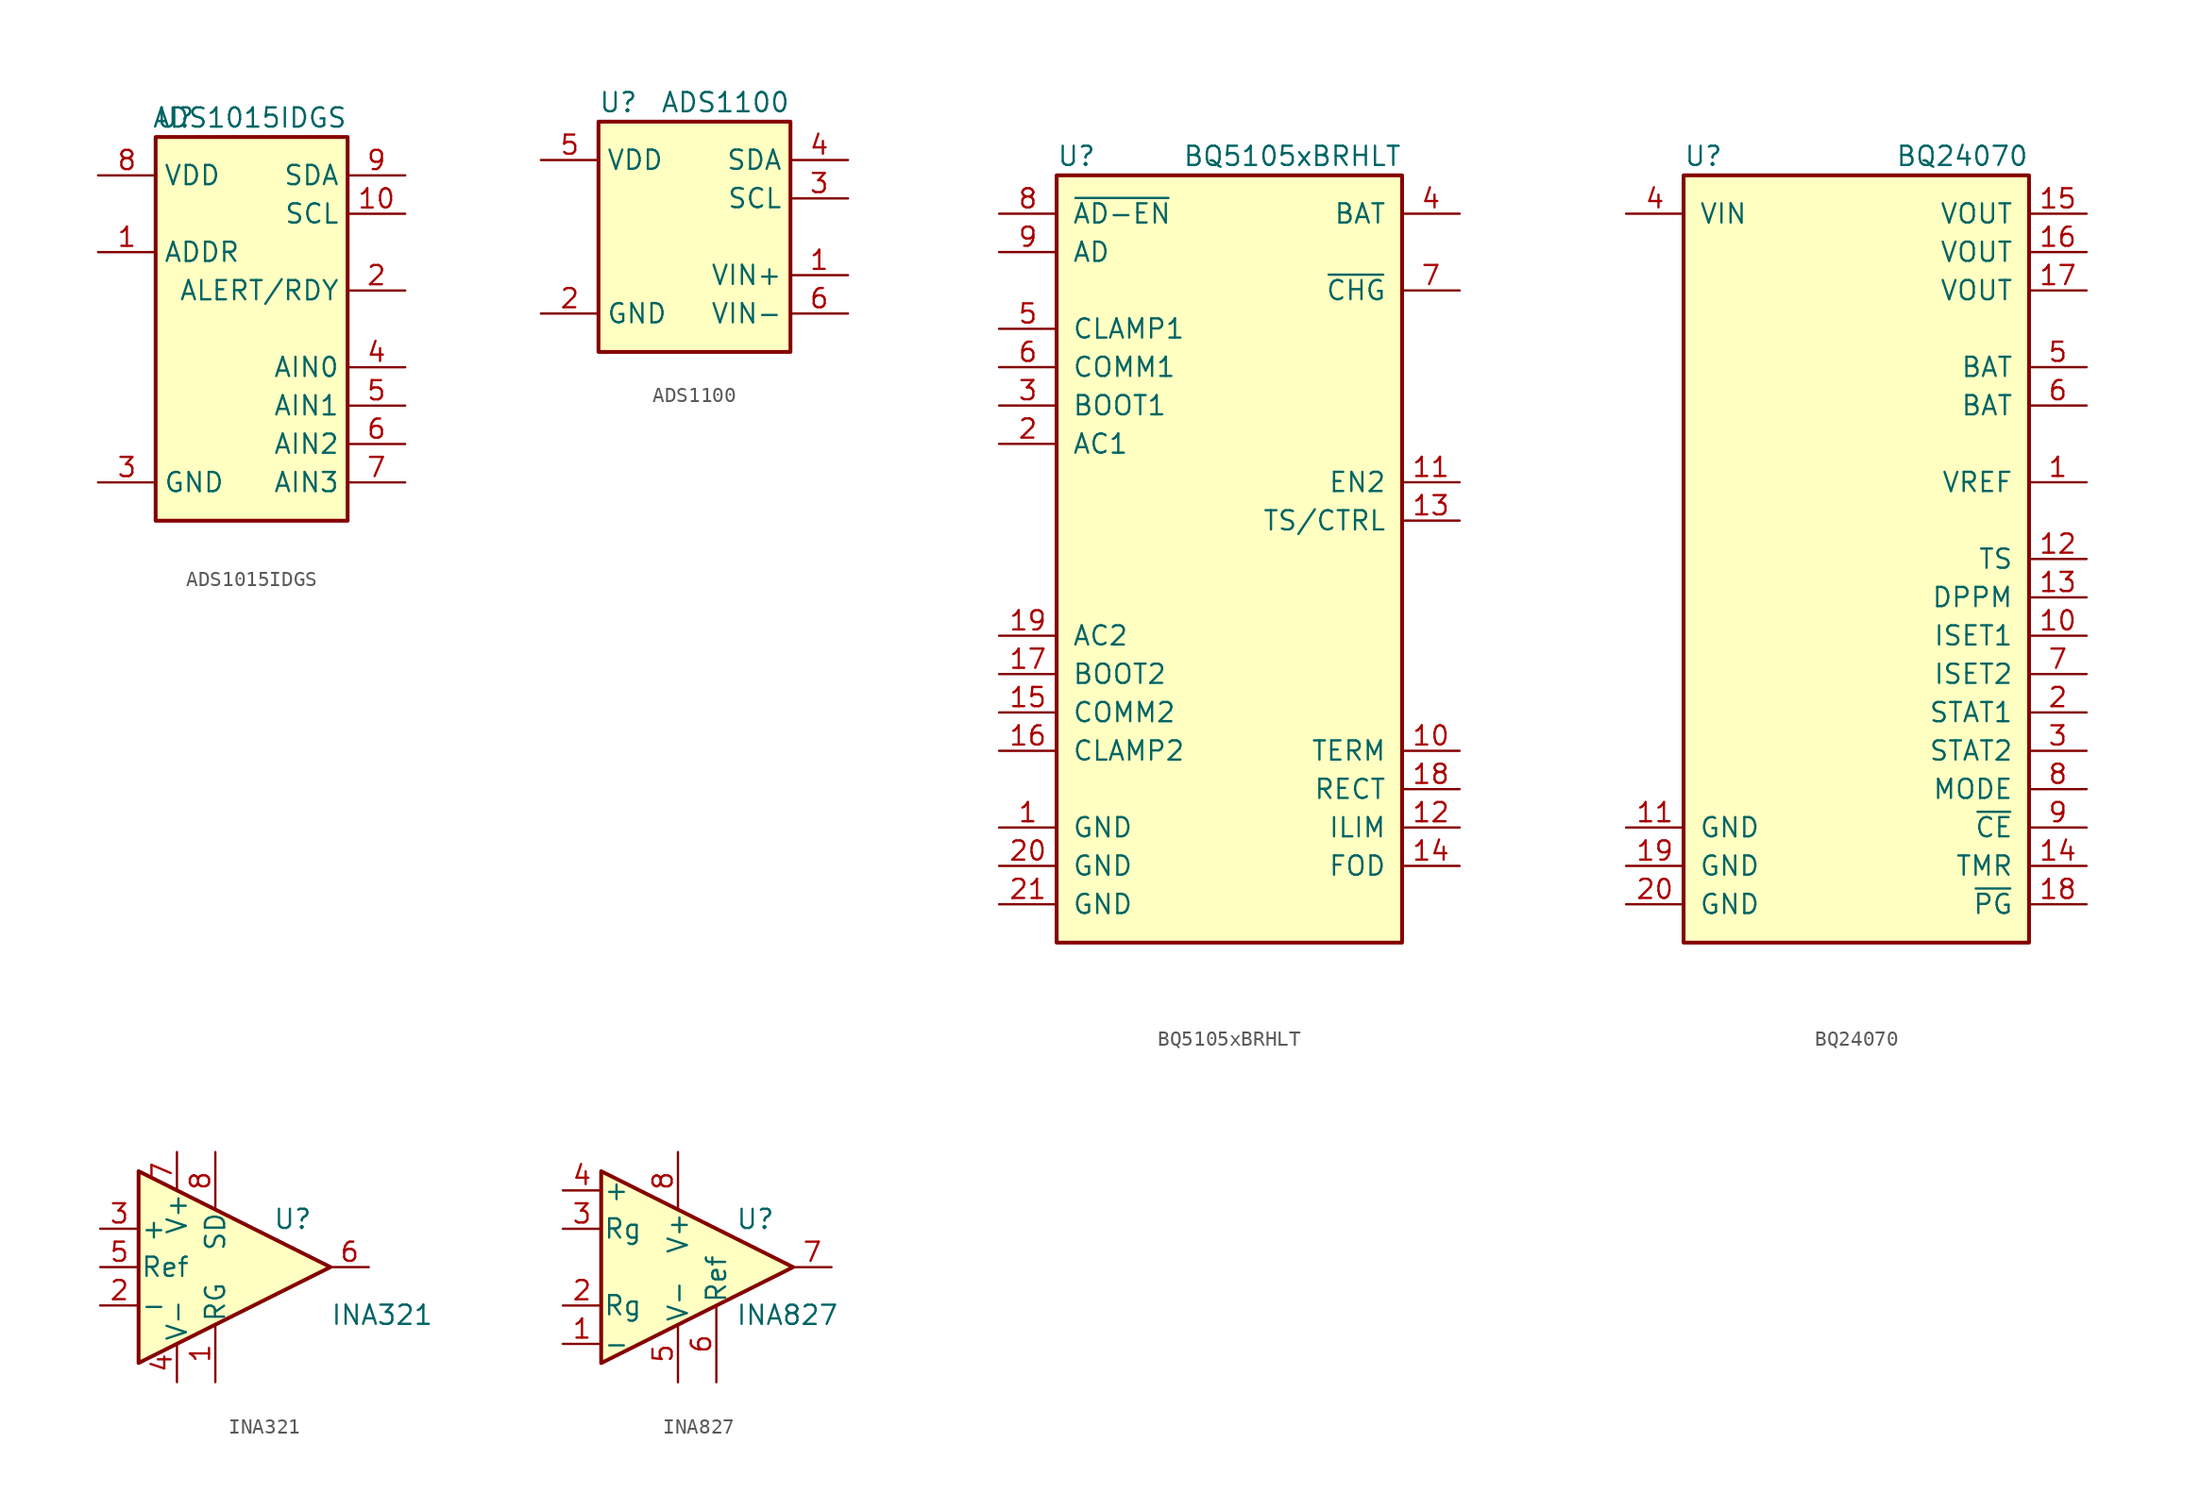
<source format=kicad_sym>
(kicad_symbol_lib
  (version 20231120)
  (generator "kicad_symbol_editor")
  (generator_version "8.0")
  (symbol "ADS1015IDGS"
    (property "Reference" "U"
      (at -6.35 13.97 0)
      (effects (font (size 1.27 1.27)) (justify left)))
    (property "Value" "ADS1015IDGS"
      (at 6.35 13.97 0)
      (effects (font (size 1.27 1.27)) (justify right)))
    (symbol "ADS1015IDGS_0_1"
      (rectangle (start -6.35 12.7) (end 6.35 -12.7) (stroke (width 0.254) (type default)) (fill (type background))))
    (symbol "ADS1015IDGS_1_1"
      (pin input line (at -10.16 5.08 0) (length 3.81) (name "ADDR" (effects (font (size 1.27 1.27)))) (number "1" (effects (font (size 1.27 1.27)))))
      (pin input line (at 10.16 7.62 180) (length 3.81) (name "SCL" (effects (font (size 1.27 1.27)))) (number "10" (effects (font (size 1.27 1.27)))))
      (pin input line (at 10.16 2.54 180) (length 3.81) (name "ALERT/RDY" (effects (font (size 1.27 1.27)))) (number "2" (effects (font (size 1.27 1.27)))))
      (pin power_in line (at -10.16 -10.16 0) (length 3.81) (name "GND" (effects (font (size 1.27 1.27)))) (number "3" (effects (font (size 1.27 1.27)))))
      (pin input line (at 10.16 -2.54 180) (length 3.81) (name "AIN0" (effects (font (size 1.27 1.27)))) (number "4" (effects (font (size 1.27 1.27)))))
      (pin input line (at 10.16 -5.08 180) (length 3.81) (name "AIN1" (effects (font (size 1.27 1.27)))) (number "5" (effects (font (size 1.27 1.27)))))
      (pin input line (at 10.16 -7.62 180) (length 3.81) (name "AIN2" (effects (font (size 1.27 1.27)))) (number "6" (effects (font (size 1.27 1.27)))))
      (pin input line (at 10.16 -10.16 180) (length 3.81) (name "AIN3" (effects (font (size 1.27 1.27)))) (number "7" (effects (font (size 1.27 1.27)))))
      (pin power_in line (at -10.16 10.16 0) (length 3.81) (name "VDD" (effects (font (size 1.27 1.27)))) (number "8" (effects (font (size 1.27 1.27)))))
      (pin bidirectional line (at 10.16 10.16 180) (length 3.81) (name "SDA" (effects (font (size 1.27 1.27)))) (number "9" (effects (font (size 1.27 1.27)))))))
  (symbol "ADS1100"
    (property "Reference" "U"
      (at -6.35 8.89 0)
      (effects (font (size 1.27 1.27)) (justify left)))
    (property "Value" "ADS1100"
      (at 6.35 8.89 0)
      (effects (font (size 1.27 1.27)) (justify right)))
    (symbol "ADS1100_0_1"
      (rectangle (start -6.35 7.62) (end 6.35 -7.62) (stroke (width 0.254) (type default)) (fill (type background))))
    (symbol "ADS1100_1_1"
      (pin input line (at 10.16 -2.54 180) (length 3.81) (name "VIN+" (effects (font (size 1.27 1.27)))) (number "1" (effects (font (size 1.27 1.27)))))
      (pin power_in line (at -10.16 -5.08 0) (length 3.81) (name "GND" (effects (font (size 1.27 1.27)))) (number "2" (effects (font (size 1.27 1.27)))))
      (pin input line (at 10.16 2.54 180) (length 3.81) (name "SCL" (effects (font (size 1.27 1.27)))) (number "3" (effects (font (size 1.27 1.27)))))
      (pin bidirectional line (at 10.16 5.08 180) (length 3.81) (name "SDA" (effects (font (size 1.27 1.27)))) (number "4" (effects (font (size 1.27 1.27)))))
      (pin power_in line (at -10.16 5.08 0) (length 3.81) (name "VDD" (effects (font (size 1.27 1.27)))) (number "5" (effects (font (size 1.27 1.27)))))
      (pin input line (at 10.16 -5.08 180) (length 3.81) (name "VIN-" (effects (font (size 1.27 1.27)))) (number "6" (effects (font (size 1.27 1.27)))))))
  (symbol "BQ5105xBRHLT"
    (pin_names
      (offset 1.016))
    (property "Reference" "U"
      (at -11.43 26.67 0)
      (effects (font (size 1.27 1.27)) (justify left)))
    (property "Value" "BQ5105xBRHLT"
      (at 11.43 26.67 0)
      (effects (font (size 1.27 1.27)) (justify right)))
    (symbol "BQ5105xBRHLT_0_1"
      (rectangle (start 11.43 25.4) (end -11.43 -25.4) (stroke (width 0.254) (type default)) (fill (type background))))
    (symbol "BQ5105xBRHLT_1_1"
      (pin power_in line (at -15.24 -17.78 0) (length 3.81) (name "GND" (effects (font (size 1.27 1.27)))) (number "1" (effects (font (size 1.27 1.27)))))
      (pin input line (at 15.24 -12.7 180) (length 3.81) (name "TERM" (effects (font (size 1.27 1.27)))) (number "10" (effects (font (size 1.27 1.27)))))
      (pin input line (at 15.24 5.08 180) (length 3.81) (name "EN2" (effects (font (size 1.27 1.27)))) (number "11" (effects (font (size 1.27 1.27)))))
      (pin bidirectional line (at 15.24 -17.78 180) (length 3.81) (name "ILIM" (effects (font (size 1.27 1.27)))) (number "12" (effects (font (size 1.27 1.27)))))
      (pin input line (at 15.24 2.54 180) (length 3.81) (name "TS/CTRL" (effects (font (size 1.27 1.27)))) (number "13" (effects (font (size 1.27 1.27)))))
      (pin input line (at 15.24 -20.32 180) (length 3.81) (name "FOD" (effects (font (size 1.27 1.27)))) (number "14" (effects (font (size 1.27 1.27)))))
      (pin output line (at -15.24 -10.16 0) (length 3.81) (name "COMM2" (effects (font (size 1.27 1.27)))) (number "15" (effects (font (size 1.27 1.27)))))
      (pin output line (at -15.24 -12.7 0) (length 3.81) (name "CLAMP2" (effects (font (size 1.27 1.27)))) (number "16" (effects (font (size 1.27 1.27)))))
      (pin output line (at -15.24 -7.62 0) (length 3.81) (name "BOOT2" (effects (font (size 1.27 1.27)))) (number "17" (effects (font (size 1.27 1.27)))))
      (pin output line (at 15.24 -15.24 180) (length 3.81) (name "RECT" (effects (font (size 1.27 1.27)))) (number "18" (effects (font (size 1.27 1.27)))))
      (pin input line (at -15.24 -5.08 0) (length 3.81) (name "AC2" (effects (font (size 1.27 1.27)))) (number "19" (effects (font (size 1.27 1.27)))))
      (pin input line (at -15.24 7.62 0) (length 3.81) (name "AC1" (effects (font (size 1.27 1.27)))) (number "2" (effects (font (size 1.27 1.27)))))
      (pin power_in line (at -15.24 -20.32 0) (length 3.81) (name "GND" (effects (font (size 1.27 1.27)))) (number "20" (effects (font (size 1.27 1.27)))))
      (pin power_in line (at -15.24 -22.86 0) (length 3.81) (name "GND" (effects (font (size 1.27 1.27)))) (number "21" (effects (font (size 1.27 1.27)))))
      (pin output line (at -15.24 10.16 0) (length 3.81) (name "BOOT1" (effects (font (size 1.27 1.27)))) (number "3" (effects (font (size 1.27 1.27)))))
      (pin power_out line (at 15.24 22.86 180) (length 3.81) (name "BAT" (effects (font (size 1.27 1.27)))) (number "4" (effects (font (size 1.27 1.27)))))
      (pin output line (at -15.24 15.24 0) (length 3.81) (name "CLAMP1" (effects (font (size 1.27 1.27)))) (number "5" (effects (font (size 1.27 1.27)))))
      (pin output line (at -15.24 12.7 0) (length 3.81) (name "COMM1" (effects (font (size 1.27 1.27)))) (number "6" (effects (font (size 1.27 1.27)))))
      (pin open_collector line (at 15.24 17.78 180) (length 3.81) (name "~{CHG}" (effects (font (size 1.27 1.27)))) (number "7" (effects (font (size 1.27 1.27)))))
      (pin output line (at -15.24 22.86 0) (length 3.81) (name "~{AD-EN}" (effects (font (size 1.27 1.27)))) (number "8" (effects (font (size 1.27 1.27)))))
      (pin input line (at -15.24 20.32 0) (length 3.81) (name "AD" (effects (font (size 1.27 1.27)))) (number "9" (effects (font (size 1.27 1.27)))))))
  (symbol "BQ24070"
    (pin_names
      (offset 1.016))
    (property "Reference" "U"
      (at -11.43 26.67 0)
      (effects (font (size 1.27 1.27)) (justify left)))
    (property "Value" "BQ24070"
      (at 11.43 26.67 0)
      (effects (font (size 1.27 1.27)) (justify right)))
    (symbol "BQ24070_0_1"
      (rectangle (start 11.43 25.4) (end -11.43 -25.4) (stroke (width 0.254) (type default)) (fill (type background))))
    (symbol "BQ24070_1_1"
      (pin output line (at 15.24 5.08 180) (length 3.81) (name "VREF" (effects (font (size 1.27 1.27)))) (number "1" (effects (font (size 1.27 1.27)))))
      (pin input line (at 15.24 -5.08 180) (length 3.81) (name "ISET1" (effects (font (size 1.27 1.27)))) (number "10" (effects (font (size 1.27 1.27)))))
      (pin power_in line (at -15.24 -17.78 0) (length 3.81) (name "GND" (effects (font (size 1.27 1.27)))) (number "11" (effects (font (size 1.27 1.27)))))
      (pin input line (at 15.24 0 180) (length 3.81) (name "TS" (effects (font (size 1.27 1.27)))) (number "12" (effects (font (size 1.27 1.27)))))
      (pin input line (at 15.24 -2.54 180) (length 3.81) (name "DPPM" (effects (font (size 1.27 1.27)))) (number "13" (effects (font (size 1.27 1.27)))))
      (pin input line (at 15.24 -20.32 180) (length 3.81) (name "TMR" (effects (font (size 1.27 1.27)))) (number "14" (effects (font (size 1.27 1.27)))))
      (pin power_out line (at 15.24 22.86 180) (length 3.81) (name "VOUT" (effects (font (size 1.27 1.27)))) (number "15" (effects (font (size 1.27 1.27)))))
      (pin passive line (at 15.24 20.32 180) (length 3.81) (name "VOUT" (effects (font (size 1.27 1.27)))) (number "16" (effects (font (size 1.27 1.27)))))
      (pin passive line (at 15.24 17.78 180) (length 3.81) (name "VOUT" (effects (font (size 1.27 1.27)))) (number "17" (effects (font (size 1.27 1.27)))))
      (pin open_collector line (at 15.24 -22.86 180) (length 3.81) (name "~{PG}" (effects (font (size 1.27 1.27)))) (number "18" (effects (font (size 1.27 1.27)))))
      (pin power_in line (at -15.24 -20.32 0) (length 3.81) (name "GND" (effects (font (size 1.27 1.27)))) (number "19" (effects (font (size 1.27 1.27)))))
      (pin open_collector line (at 15.24 -10.16 180) (length 3.81) (name "STAT1" (effects (font (size 1.27 1.27)))) (number "2" (effects (font (size 1.27 1.27)))))
      (pin power_in line (at -15.24 -22.86 0) (length 3.81) (name "GND" (effects (font (size 1.27 1.27)))) (number "20" (effects (font (size 1.27 1.27)))))
      (pin open_collector line (at 15.24 -12.7 180) (length 3.81) (name "STAT2" (effects (font (size 1.27 1.27)))) (number "3" (effects (font (size 1.27 1.27)))))
      (pin power_in line (at -15.24 22.86 0) (length 3.81) (name "VIN" (effects (font (size 1.27 1.27)))) (number "4" (effects (font (size 1.27 1.27)))))
      (pin power_out line (at 15.24 12.7 180) (length 3.81) (name "BAT" (effects (font (size 1.27 1.27)))) (number "5" (effects (font (size 1.27 1.27)))))
      (pin passive line (at 15.24 10.16 180) (length 3.81) (name "BAT" (effects (font (size 1.27 1.27)))) (number "6" (effects (font (size 1.27 1.27)))))
      (pin input line (at 15.24 -7.62 180) (length 3.81) (name "ISET2" (effects (font (size 1.27 1.27)))) (number "7" (effects (font (size 1.27 1.27)))))
      (pin input line (at 15.24 -15.24 180) (length 3.81) (name "MODE" (effects (font (size 1.27 1.27)))) (number "8" (effects (font (size 1.27 1.27)))))
      (pin input line (at 15.24 -17.78 180) (length 3.81) (name "~{CE}" (effects (font (size 1.27 1.27)))) (number "9" (effects (font (size 1.27 1.27)))))))
  (symbol "INA321"
    (pin_names
      (offset 0.127))
    (property "Reference" "U"
      (at 3.81 3.175 0)
      (effects (font (size 1.27 1.27)) (justify left)))
    (property "Value" "INA321"
      (at 7.62 -3.175 0)
      (effects (font (size 1.27 1.27)) (justify left)))
    (symbol "INA321_0_1"
      (polyline (pts (xy 7.62 0) (xy -5.08 6.35) (xy -5.08 -6.35) (xy 7.62 0)) (stroke (width 0.254) (type default)) (fill (type background))))
    (symbol "INA321_1_1"
      (pin input line (at 0 -7.62 90) (length 3.81) (name "RG" (effects (font (size 1.27 1.27)))) (number "1" (effects (font (size 1.27 1.27)))))
      (pin input line (at -7.62 -2.54 0) (length 2.54) (name "-" (effects (font (size 1.27 1.27)))) (number "2" (effects (font (size 1.27 1.27)))))
      (pin input line (at -7.62 2.54 0) (length 2.54) (name "+" (effects (font (size 1.27 1.27)))) (number "3" (effects (font (size 1.27 1.27)))))
      (pin power_in line (at -2.54 -7.62 90) (length 2.54) (name "V-" (effects (font (size 1.27 1.27)))) (number "4" (effects (font (size 1.27 1.27)))))
      (pin input line (at -7.62 0 0) (length 2.54) (name "Ref" (effects (font (size 1.27 1.27)))) (number "5" (effects (font (size 1.27 1.27)))))
      (pin output line (at 10.16 0 180) (length 2.54) (name "~" (effects (font (size 1.27 1.27)))) (number "6" (effects (font (size 1.27 1.27)))))
      (pin power_in line (at -2.54 7.62 270) (length 2.54) (name "V+" (effects (font (size 1.27 1.27)))) (number "7" (effects (font (size 1.27 1.27)))))
      (pin input line (at 0 7.62 270) (length 3.81) (name "SD" (effects (font (size 1.27 1.27)))) (number "8" (effects (font (size 1.27 1.27)))))))
  (symbol "INA827"
    (pin_names
      (offset 0.127))
    (property "Reference" "U"
      (at 3.81 3.175 0)
      (effects (font (size 1.27 1.27)) (justify left)))
    (property "Value" "INA827"
      (at 3.81 -3.175 0)
      (effects (font (size 1.27 1.27)) (justify left)))
    (symbol "INA827_0_1"
      (polyline (pts (xy 7.62 0) (xy -5.08 6.35) (xy -5.08 -6.35) (xy 7.62 0)) (stroke (width 0.254) (type default)) (fill (type background))))
    (symbol "INA827_1_1"
      (pin input line (at -7.62 -5.08 0) (length 2.54) (name "-" (effects (font (size 1.27 1.27)))) (number "1" (effects (font (size 1.27 1.27)))))
      (pin passive line (at -7.62 -2.54 0) (length 2.54) (name "Rg" (effects (font (size 1.27 1.27)))) (number "2" (effects (font (size 1.27 1.27)))))
      (pin passive line (at -7.62 2.54 0) (length 2.54) (name "Rg" (effects (font (size 1.27 1.27)))) (number "3" (effects (font (size 1.27 1.27)))))
      (pin input line (at -7.62 5.08 0) (length 2.54) (name "+" (effects (font (size 1.27 1.27)))) (number "4" (effects (font (size 1.27 1.27)))))
      (pin power_in line (at 0 -7.62 90) (length 3.81) (name "V-" (effects (font (size 1.27 1.27)))) (number "5" (effects (font (size 1.27 1.27)))))
      (pin input line (at 2.54 -7.62 90) (length 5.08) (name "Ref" (effects (font (size 1.27 1.27)))) (number "6" (effects (font (size 1.27 1.27)))))
      (pin output line (at 10.16 0 180) (length 2.54) (name "~" (effects (font (size 1.27 1.27)))) (number "7" (effects (font (size 1.27 1.27)))))
      (pin power_in line (at 0 7.62 270) (length 3.81) (name "V+" (effects (font (size 1.27 1.27)))) (number "8" (effects (font (size 1.27 1.27))))))))
</source>
